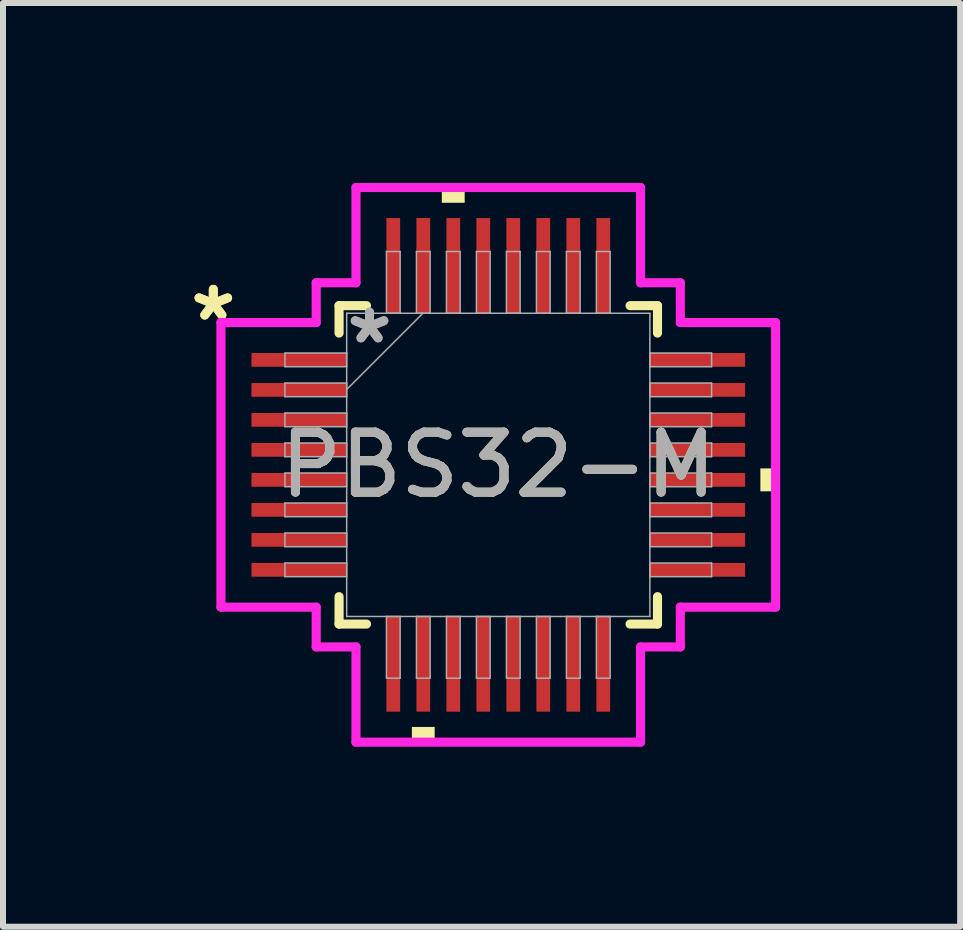
<source format=kicad_pcb>
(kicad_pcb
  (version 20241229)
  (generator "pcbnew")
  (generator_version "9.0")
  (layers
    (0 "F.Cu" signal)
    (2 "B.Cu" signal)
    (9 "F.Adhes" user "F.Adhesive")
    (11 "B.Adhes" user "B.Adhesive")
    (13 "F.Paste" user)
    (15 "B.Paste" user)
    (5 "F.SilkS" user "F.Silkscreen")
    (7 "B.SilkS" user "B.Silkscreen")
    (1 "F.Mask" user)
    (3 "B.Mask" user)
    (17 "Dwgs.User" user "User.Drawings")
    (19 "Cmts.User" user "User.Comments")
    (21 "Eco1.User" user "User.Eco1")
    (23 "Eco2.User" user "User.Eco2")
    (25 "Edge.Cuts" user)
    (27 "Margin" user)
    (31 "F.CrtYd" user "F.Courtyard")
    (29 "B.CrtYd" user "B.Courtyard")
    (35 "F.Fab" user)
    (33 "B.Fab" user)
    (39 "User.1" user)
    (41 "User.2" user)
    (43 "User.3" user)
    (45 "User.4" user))
  (footprint "PBS32-M"
    (layer "F.Cu")
    (at 5.256 4.699)
    (property "Reference" "PBS32-M" (at 0 0 0) (unlocked yes) (layer "F.SilkS") (effects (font (size 1 1) (thickness 0.15))))
    (attr smd)
    (fp_line (start -2.654 -2.654) (end -2.654 -2.197) (stroke (width 0.152) (type solid)) (layer "F.SilkS"))
    (fp_line (start -2.654 2.197) (end -2.654 2.654) (stroke (width 0.152) (type solid)) (layer "F.SilkS"))
    (fp_line (start -2.654 2.654) (end -2.197 2.654) (stroke (width 0.152) (type solid)) (layer "F.SilkS"))
    (fp_line (start -2.197 -2.654) (end -2.654 -2.654) (stroke (width 0.152) (type solid)) (layer "F.SilkS"))
    (fp_line (start 2.197 2.654) (end 2.654 2.654) (stroke (width 0.152) (type solid)) (layer "F.SilkS"))
    (fp_line (start 2.654 -2.654) (end 2.197 -2.654) (stroke (width 0.152) (type solid)) (layer "F.SilkS"))
    (fp_line (start 2.654 -2.197) (end 2.654 -2.654) (stroke (width 0.152) (type solid)) (layer "F.SilkS"))
    (fp_line (start 2.654 2.654) (end 2.654 2.197) (stroke (width 0.152) (type solid)) (layer "F.SilkS"))
    (fp_poly (pts (xy -1.44 4.369) (xy -1.44 4.623) (xy -1.06 4.623) (xy -1.06 4.369)) (stroke (width 0) (type solid)) (fill yes) (layer "F.SilkS"))
    (fp_poly (pts (xy -0.941 -4.369) (xy -0.941 -4.623) (xy -0.56 -4.623) (xy -0.56 -4.369)) (stroke (width 0) (type solid)) (fill yes) (layer "F.SilkS"))
    (fp_poly (pts (xy 4.623 0.059) (xy 4.623 0.441) (xy 4.369 0.441) (xy 4.369 0.059)) (stroke (width 0) (type solid)) (fill yes) (layer "F.SilkS"))
    (fp_line (start -4.623 -2.372) (end -3.035 -2.372) (stroke (width 0.152) (type solid)) (layer "F.CrtYd"))
    (fp_line (start -4.623 2.372) (end -4.623 -2.372) (stroke (width 0.152) (type solid)) (layer "F.CrtYd"))
    (fp_line (start -3.035 -3.035) (end -2.372 -3.035) (stroke (width 0.152) (type solid)) (layer "F.CrtYd"))
    (fp_line (start -3.035 -2.372) (end -3.035 -3.035) (stroke (width 0.152) (type solid)) (layer "F.CrtYd"))
    (fp_line (start -3.035 2.372) (end -4.623 2.372) (stroke (width 0.152) (type solid)) (layer "F.CrtYd"))
    (fp_line (start -3.035 3.035) (end -3.035 2.372) (stroke (width 0.152) (type solid)) (layer "F.CrtYd"))
    (fp_line (start -3.035 3.035) (end -2.372 3.035) (stroke (width 0.152) (type solid)) (layer "F.CrtYd"))
    (fp_line (start -2.372 -4.623) (end 2.372 -4.623) (stroke (width 0.152) (type solid)) (layer "F.CrtYd"))
    (fp_line (start -2.372 -3.035) (end -2.372 -4.623) (stroke (width 0.152) (type solid)) (layer "F.CrtYd"))
    (fp_line (start -2.372 3.035) (end -2.372 4.623) (stroke (width 0.152) (type solid)) (layer "F.CrtYd"))
    (fp_line (start -2.372 4.623) (end 2.372 4.623) (stroke (width 0.152) (type solid)) (layer "F.CrtYd"))
    (fp_line (start 2.372 -4.623) (end 2.372 -3.035) (stroke (width 0.152) (type solid)) (layer "F.CrtYd"))
    (fp_line (start 2.372 -3.035) (end 3.035 -3.035) (stroke (width 0.152) (type solid)) (layer "F.CrtYd"))
    (fp_line (start 2.372 3.035) (end 3.035 3.035) (stroke (width 0.152) (type solid)) (layer "F.CrtYd"))
    (fp_line (start 2.372 4.623) (end 2.372 3.035) (stroke (width 0.152) (type solid)) (layer "F.CrtYd"))
    (fp_line (start 3.035 -2.372) (end 3.035 -3.035) (stroke (width 0.152) (type solid)) (layer "F.CrtYd"))
    (fp_line (start 3.035 2.372) (end 4.623 2.372) (stroke (width 0.152) (type solid)) (layer "F.CrtYd"))
    (fp_line (start 3.035 3.035) (end 3.035 2.372) (stroke (width 0.152) (type solid)) (layer "F.CrtYd"))
    (fp_line (start 4.623 -2.372) (end 3.035 -2.372) (stroke (width 0.152) (type solid)) (layer "F.CrtYd"))
    (fp_line (start 4.623 2.372) (end 4.623 -2.372) (stroke (width 0.152) (type solid)) (layer "F.CrtYd"))
    (fp_line (start -3.556 -1.864) (end -3.556 -1.636) (stroke (width 0.025) (type solid)) (layer "F.Fab"))
    (fp_line (start -3.556 -1.636) (end -2.527 -1.636) (stroke (width 0.025) (type solid)) (layer "F.Fab"))
    (fp_line (start -3.556 -1.364) (end -3.556 -1.136) (stroke (width 0.025) (type solid)) (layer "F.Fab"))
    (fp_line (start -3.556 -1.136) (end -2.527 -1.136) (stroke (width 0.025) (type solid)) (layer "F.Fab"))
    (fp_line (start -3.556 -0.864) (end -3.556 -0.636) (stroke (width 0.025) (type solid)) (layer "F.Fab"))
    (fp_line (start -3.556 -0.636) (end -2.527 -0.636) (stroke (width 0.025) (type solid)) (layer "F.Fab"))
    (fp_line (start -3.556 -0.364) (end -3.556 -0.136) (stroke (width 0.025) (type solid)) (layer "F.Fab"))
    (fp_line (start -3.556 -0.136) (end -2.527 -0.136) (stroke (width 0.025) (type solid)) (layer "F.Fab"))
    (fp_line (start -3.556 0.136) (end -3.556 0.364) (stroke (width 0.025) (type solid)) (layer "F.Fab"))
    (fp_line (start -3.556 0.364) (end -2.527 0.364) (stroke (width 0.025) (type solid)) (layer "F.Fab"))
    (fp_line (start -3.556 0.636) (end -3.556 0.864) (stroke (width 0.025) (type solid)) (layer "F.Fab"))
    (fp_line (start -3.556 0.864) (end -2.527 0.864) (stroke (width 0.025) (type solid)) (layer "F.Fab"))
    (fp_line (start -3.556 1.136) (end -3.556 1.364) (stroke (width 0.025) (type solid)) (layer "F.Fab"))
    (fp_line (start -3.556 1.364) (end -2.527 1.364) (stroke (width 0.025) (type solid)) (layer "F.Fab"))
    (fp_line (start -3.556 1.636) (end -3.556 1.864) (stroke (width 0.025) (type solid)) (layer "F.Fab"))
    (fp_line (start -3.556 1.864) (end -2.527 1.864) (stroke (width 0.025) (type solid)) (layer "F.Fab"))
    (fp_line (start -2.527 -2.527) (end -2.527 2.527) (stroke (width 0.025) (type solid)) (layer "F.Fab"))
    (fp_line (start -2.527 -1.864) (end -3.556 -1.864) (stroke (width 0.025) (type solid)) (layer "F.Fab"))
    (fp_line (start -2.527 -1.636) (end -2.527 -1.864) (stroke (width 0.025) (type solid)) (layer "F.Fab"))
    (fp_line (start -2.527 -1.364) (end -3.556 -1.364) (stroke (width 0.025) (type solid)) (layer "F.Fab"))
    (fp_line (start -2.527 -1.257) (end -1.257 -2.527) (stroke (width 0.025) (type solid)) (layer "F.Fab"))
    (fp_line (start -2.527 -1.136) (end -2.527 -1.364) (stroke (width 0.025) (type solid)) (layer "F.Fab"))
    (fp_line (start -2.527 -0.864) (end -3.556 -0.864) (stroke (width 0.025) (type solid)) (layer "F.Fab"))
    (fp_line (start -2.527 -0.636) (end -2.527 -0.864) (stroke (width 0.025) (type solid)) (layer "F.Fab"))
    (fp_line (start -2.527 -0.364) (end -3.556 -0.364) (stroke (width 0.025) (type solid)) (layer "F.Fab"))
    (fp_line (start -2.527 -0.136) (end -2.527 -0.364) (stroke (width 0.025) (type solid)) (layer "F.Fab"))
    (fp_line (start -2.527 0.136) (end -3.556 0.136) (stroke (width 0.025) (type solid)) (layer "F.Fab"))
    (fp_line (start -2.527 0.364) (end -2.527 0.136) (stroke (width 0.025) (type solid)) (layer "F.Fab"))
    (fp_line (start -2.527 0.636) (end -3.556 0.636) (stroke (width 0.025) (type solid)) (layer "F.Fab"))
    (fp_line (start -2.527 0.864) (end -2.527 0.636) (stroke (width 0.025) (type solid)) (layer "F.Fab"))
    (fp_line (start -2.527 1.136) (end -3.556 1.136) (stroke (width 0.025) (type solid)) (layer "F.Fab"))
    (fp_line (start -2.527 1.364) (end -2.527 1.136) (stroke (width 0.025) (type solid)) (layer "F.Fab"))
    (fp_line (start -2.527 1.636) (end -3.556 1.636) (stroke (width 0.025) (type solid)) (layer "F.Fab"))
    (fp_line (start -2.527 1.864) (end -2.527 1.636) (stroke (width 0.025) (type solid)) (layer "F.Fab"))
    (fp_line (start -2.527 2.527) (end 2.527 2.527) (stroke (width 0.025) (type solid)) (layer "F.Fab"))
    (fp_line (start -1.864 -3.556) (end -1.864 -2.527) (stroke (width 0.025) (type solid)) (layer "F.Fab"))
    (fp_line (start -1.864 -2.527) (end -1.636 -2.527) (stroke (width 0.025) (type solid)) (layer "F.Fab"))
    (fp_line (start -1.864 2.527) (end -1.864 3.556) (stroke (width 0.025) (type solid)) (layer "F.Fab"))
    (fp_line (start -1.864 3.556) (end -1.636 3.556) (stroke (width 0.025) (type solid)) (layer "F.Fab"))
    (fp_line (start -1.636 -3.556) (end -1.864 -3.556) (stroke (width 0.025) (type solid)) (layer "F.Fab"))
    (fp_line (start -1.636 -2.527) (end -1.636 -3.556) (stroke (width 0.025) (type solid)) (layer "F.Fab"))
    (fp_line (start -1.636 2.527) (end -1.864 2.527) (stroke (width 0.025) (type solid)) (layer "F.Fab"))
    (fp_line (start -1.636 3.556) (end -1.636 2.527) (stroke (width 0.025) (type solid)) (layer "F.Fab"))
    (fp_line (start -1.364 -3.556) (end -1.364 -2.527) (stroke (width 0.025) (type solid)) (layer "F.Fab"))
    (fp_line (start -1.364 -2.527) (end -1.136 -2.527) (stroke (width 0.025) (type solid)) (layer "F.Fab"))
    (fp_line (start -1.364 2.527) (end -1.364 3.556) (stroke (width 0.025) (type solid)) (layer "F.Fab"))
    (fp_line (start -1.364 3.556) (end -1.136 3.556) (stroke (width 0.025) (type solid)) (layer "F.Fab"))
    (fp_line (start -1.136 -3.556) (end -1.364 -3.556) (stroke (width 0.025) (type solid)) (layer "F.Fab"))
    (fp_line (start -1.136 -2.527) (end -1.136 -3.556) (stroke (width 0.025) (type solid)) (layer "F.Fab"))
    (fp_line (start -1.136 2.527) (end -1.364 2.527) (stroke (width 0.025) (type solid)) (layer "F.Fab"))
    (fp_line (start -1.136 3.556) (end -1.136 2.527) (stroke (width 0.025) (type solid)) (layer "F.Fab"))
    (fp_line (start -0.864 -3.556) (end -0.864 -2.527) (stroke (width 0.025) (type solid)) (layer "F.Fab"))
    (fp_line (start -0.864 -2.527) (end -0.636 -2.527) (stroke (width 0.025) (type solid)) (layer "F.Fab"))
    (fp_line (start -0.864 2.527) (end -0.864 3.556) (stroke (width 0.025) (type solid)) (layer "F.Fab"))
    (fp_line (start -0.864 3.556) (end -0.636 3.556) (stroke (width 0.025) (type solid)) (layer "F.Fab"))
    (fp_line (start -0.636 -3.556) (end -0.864 -3.556) (stroke (width 0.025) (type solid)) (layer "F.Fab"))
    (fp_line (start -0.636 -2.527) (end -0.636 -3.556) (stroke (width 0.025) (type solid)) (layer "F.Fab"))
    (fp_line (start -0.636 2.527) (end -0.864 2.527) (stroke (width 0.025) (type solid)) (layer "F.Fab"))
    (fp_line (start -0.636 3.556) (end -0.636 2.527) (stroke (width 0.025) (type solid)) (layer "F.Fab"))
    (fp_line (start -0.364 -3.556) (end -0.364 -2.527) (stroke (width 0.025) (type solid)) (layer "F.Fab"))
    (fp_line (start -0.364 -2.527) (end -0.136 -2.527) (stroke (width 0.025) (type solid)) (layer "F.Fab"))
    (fp_line (start -0.364 2.527) (end -0.364 3.556) (stroke (width 0.025) (type solid)) (layer "F.Fab"))
    (fp_line (start -0.364 3.556) (end -0.136 3.556) (stroke (width 0.025) (type solid)) (layer "F.Fab"))
    (fp_line (start -0.136 -3.556) (end -0.364 -3.556) (stroke (width 0.025) (type solid)) (layer "F.Fab"))
    (fp_line (start -0.136 -2.527) (end -0.136 -3.556) (stroke (width 0.025) (type solid)) (layer "F.Fab"))
    (fp_line (start -0.136 2.527) (end -0.364 2.527) (stroke (width 0.025) (type solid)) (layer "F.Fab"))
    (fp_line (start -0.136 3.556) (end -0.136 2.527) (stroke (width 0.025) (type solid)) (layer "F.Fab"))
    (fp_line (start 0.136 -3.556) (end 0.136 -2.527) (stroke (width 0.025) (type solid)) (layer "F.Fab"))
    (fp_line (start 0.136 -2.527) (end 0.364 -2.527) (stroke (width 0.025) (type solid)) (layer "F.Fab"))
    (fp_line (start 0.136 2.527) (end 0.136 3.556) (stroke (width 0.025) (type solid)) (layer "F.Fab"))
    (fp_line (start 0.136 3.556) (end 0.364 3.556) (stroke (width 0.025) (type solid)) (layer "F.Fab"))
    (fp_line (start 0.364 -3.556) (end 0.136 -3.556) (stroke (width 0.025) (type solid)) (layer "F.Fab"))
    (fp_line (start 0.364 -2.527) (end 0.364 -3.556) (stroke (width 0.025) (type solid)) (layer "F.Fab"))
    (fp_line (start 0.364 2.527) (end 0.136 2.527) (stroke (width 0.025) (type solid)) (layer "F.Fab"))
    (fp_line (start 0.364 3.556) (end 0.364 2.527) (stroke (width 0.025) (type solid)) (layer "F.Fab"))
    (fp_line (start 0.636 -3.556) (end 0.636 -2.527) (stroke (width 0.025) (type solid)) (layer "F.Fab"))
    (fp_line (start 0.636 -2.527) (end 0.864 -2.527) (stroke (width 0.025) (type solid)) (layer "F.Fab"))
    (fp_line (start 0.636 2.527) (end 0.636 3.556) (stroke (width 0.025) (type solid)) (layer "F.Fab"))
    (fp_line (start 0.636 3.556) (end 0.864 3.556) (stroke (width 0.025) (type solid)) (layer "F.Fab"))
    (fp_line (start 0.864 -3.556) (end 0.636 -3.556) (stroke (width 0.025) (type solid)) (layer "F.Fab"))
    (fp_line (start 0.864 -2.527) (end 0.864 -3.556) (stroke (width 0.025) (type solid)) (layer "F.Fab"))
    (fp_line (start 0.864 2.527) (end 0.636 2.527) (stroke (width 0.025) (type solid)) (layer "F.Fab"))
    (fp_line (start 0.864 3.556) (end 0.864 2.527) (stroke (width 0.025) (type solid)) (layer "F.Fab"))
    (fp_line (start 1.136 -3.556) (end 1.136 -2.527) (stroke (width 0.025) (type solid)) (layer "F.Fab"))
    (fp_line (start 1.136 -2.527) (end 1.364 -2.527) (stroke (width 0.025) (type solid)) (layer "F.Fab"))
    (fp_line (start 1.136 2.527) (end 1.136 3.556) (stroke (width 0.025) (type solid)) (layer "F.Fab"))
    (fp_line (start 1.136 3.556) (end 1.364 3.556) (stroke (width 0.025) (type solid)) (layer "F.Fab"))
    (fp_line (start 1.364 -3.556) (end 1.136 -3.556) (stroke (width 0.025) (type solid)) (layer "F.Fab"))
    (fp_line (start 1.364 -2.527) (end 1.364 -3.556) (stroke (width 0.025) (type solid)) (layer "F.Fab"))
    (fp_line (start 1.364 2.527) (end 1.136 2.527) (stroke (width 0.025) (type solid)) (layer "F.Fab"))
    (fp_line (start 1.364 3.556) (end 1.364 2.527) (stroke (width 0.025) (type solid)) (layer "F.Fab"))
    (fp_line (start 1.636 -3.556) (end 1.636 -2.527) (stroke (width 0.025) (type solid)) (layer "F.Fab"))
    (fp_line (start 1.636 -2.527) (end 1.864 -2.527) (stroke (width 0.025) (type solid)) (layer "F.Fab"))
    (fp_line (start 1.636 2.527) (end 1.636 3.556) (stroke (width 0.025) (type solid)) (layer "F.Fab"))
    (fp_line (start 1.636 3.556) (end 1.864 3.556) (stroke (width 0.025) (type solid)) (layer "F.Fab"))
    (fp_line (start 1.864 -3.556) (end 1.636 -3.556) (stroke (width 0.025) (type solid)) (layer "F.Fab"))
    (fp_line (start 1.864 -2.527) (end 1.864 -3.556) (stroke (width 0.025) (type solid)) (layer "F.Fab"))
    (fp_line (start 1.864 2.527) (end 1.636 2.527) (stroke (width 0.025) (type solid)) (layer "F.Fab"))
    (fp_line (start 1.864 3.556) (end 1.864 2.527) (stroke (width 0.025) (type solid)) (layer "F.Fab"))
    (fp_line (start 2.527 -2.527) (end -2.527 -2.527) (stroke (width 0.025) (type solid)) (layer "F.Fab"))
    (fp_line (start 2.527 -1.864) (end 2.527 -1.636) (stroke (width 0.025) (type solid)) (layer "F.Fab"))
    (fp_line (start 2.527 -1.636) (end 3.556 -1.636) (stroke (width 0.025) (type solid)) (layer "F.Fab"))
    (fp_line (start 2.527 -1.364) (end 2.527 -1.136) (stroke (width 0.025) (type solid)) (layer "F.Fab"))
    (fp_line (start 2.527 -1.136) (end 3.556 -1.136) (stroke (width 0.025) (type solid)) (layer "F.Fab"))
    (fp_line (start 2.527 -0.864) (end 2.527 -0.636) (stroke (width 0.025) (type solid)) (layer "F.Fab"))
    (fp_line (start 2.527 -0.636) (end 3.556 -0.636) (stroke (width 0.025) (type solid)) (layer "F.Fab"))
    (fp_line (start 2.527 -0.364) (end 2.527 -0.136) (stroke (width 0.025) (type solid)) (layer "F.Fab"))
    (fp_line (start 2.527 -0.136) (end 3.556 -0.136) (stroke (width 0.025) (type solid)) (layer "F.Fab"))
    (fp_line (start 2.527 0.136) (end 2.527 0.364) (stroke (width 0.025) (type solid)) (layer "F.Fab"))
    (fp_line (start 2.527 0.364) (end 3.556 0.364) (stroke (width 0.025) (type solid)) (layer "F.Fab"))
    (fp_line (start 2.527 0.636) (end 2.527 0.864) (stroke (width 0.025) (type solid)) (layer "F.Fab"))
    (fp_line (start 2.527 0.864) (end 3.556 0.864) (stroke (width 0.025) (type solid)) (layer "F.Fab"))
    (fp_line (start 2.527 1.136) (end 2.527 1.364) (stroke (width 0.025) (type solid)) (layer "F.Fab"))
    (fp_line (start 2.527 1.364) (end 3.556 1.364) (stroke (width 0.025) (type solid)) (layer "F.Fab"))
    (fp_line (start 2.527 1.636) (end 2.527 1.864) (stroke (width 0.025) (type solid)) (layer "F.Fab"))
    (fp_line (start 2.527 1.864) (end 3.556 1.864) (stroke (width 0.025) (type solid)) (layer "F.Fab"))
    (fp_line (start 2.527 2.527) (end 2.527 -2.527) (stroke (width 0.025) (type solid)) (layer "F.Fab"))
    (fp_line (start 3.556 -1.864) (end 2.527 -1.864) (stroke (width 0.025) (type solid)) (layer "F.Fab"))
    (fp_line (start 3.556 -1.636) (end 3.556 -1.864) (stroke (width 0.025) (type solid)) (layer "F.Fab"))
    (fp_line (start 3.556 -1.364) (end 2.527 -1.364) (stroke (width 0.025) (type solid)) (layer "F.Fab"))
    (fp_line (start 3.556 -1.136) (end 3.556 -1.364) (stroke (width 0.025) (type solid)) (layer "F.Fab"))
    (fp_line (start 3.556 -0.864) (end 2.527 -0.864) (stroke (width 0.025) (type solid)) (layer "F.Fab"))
    (fp_line (start 3.556 -0.636) (end 3.556 -0.864) (stroke (width 0.025) (type solid)) (layer "F.Fab"))
    (fp_line (start 3.556 -0.364) (end 2.527 -0.364) (stroke (width 0.025) (type solid)) (layer "F.Fab"))
    (fp_line (start 3.556 -0.136) (end 3.556 -0.364) (stroke (width 0.025) (type solid)) (layer "F.Fab"))
    (fp_line (start 3.556 0.136) (end 2.527 0.136) (stroke (width 0.025) (type solid)) (layer "F.Fab"))
    (fp_line (start 3.556 0.364) (end 3.556 0.136) (stroke (width 0.025) (type solid)) (layer "F.Fab"))
    (fp_line (start 3.556 0.636) (end 2.527 0.636) (stroke (width 0.025) (type solid)) (layer "F.Fab"))
    (fp_line (start 3.556 0.864) (end 3.556 0.636) (stroke (width 0.025) (type solid)) (layer "F.Fab"))
    (fp_line (start 3.556 1.136) (end 2.527 1.136) (stroke (width 0.025) (type solid)) (layer "F.Fab"))
    (fp_line (start 3.556 1.364) (end 3.556 1.136) (stroke (width 0.025) (type solid)) (layer "F.Fab"))
    (fp_line (start 3.556 1.636) (end 2.527 1.636) (stroke (width 0.025) (type solid)) (layer "F.Fab"))
    (fp_line (start 3.556 1.864) (end 3.556 1.636) (stroke (width 0.025) (type solid)) (layer "F.Fab"))
    (fp_text user "*" (at -4.75 -2.381 0) (layer "F.SilkS") (effects (font (size 1 1) (thickness 0.15))))
    (fp_text user "*" (at -4.75 -2.381 0) (unlocked yes) (layer "F.SilkS") (effects (font (size 1 1) (thickness 0.15))))
    (fp_text user "${REFERENCE}" (at 0 0 0) (unlocked yes) (layer "F.Fab") (effects (font (size 1 1) (thickness 0.15))))
    (fp_text user "*" (at -2.146 -2 0) (unlocked yes) (layer "F.Fab") (effects (font (size 1 1) (thickness 0.15))))
    (fp_text user "*" (at -2.146 -2 0) (layer "F.Fab") (effects (font (size 1 1) (thickness 0.15))))
    (pad "1" smd rect (at -3.321 -1.75 90) (size 0.229 1.587) (layers "F.Cu" "F.Mask" "F.Paste"))
    (pad "2" smd rect (at -3.321 -1.25 90) (size 0.229 1.587) (layers "F.Cu" "F.Mask" "F.Paste"))
    (pad "3" smd rect (at -3.321 -0.75 90) (size 0.229 1.587) (layers "F.Cu" "F.Mask" "F.Paste"))
    (pad "4" smd rect (at -3.321 -0.25 90) (size 0.229 1.587) (layers "F.Cu" "F.Mask" "F.Paste"))
    (pad "5" smd rect (at -3.321 0.25 90) (size 0.229 1.587) (layers "F.Cu" "F.Mask" "F.Paste"))
    (pad "6" smd rect (at -3.321 0.75 90) (size 0.229 1.587) (layers "F.Cu" "F.Mask" "F.Paste"))
    (pad "7" smd rect (at -3.321 1.25 90) (size 0.229 1.587) (layers "F.Cu" "F.Mask" "F.Paste"))
    (pad "8" smd rect (at -3.321 1.75 90) (size 0.229 1.587) (layers "F.Cu" "F.Mask" "F.Paste"))
    (pad "9" smd rect (at -1.75 3.321) (size 0.229 1.587) (layers "F.Cu" "F.Mask" "F.Paste"))
    (pad "10" smd rect (at -1.25 3.321) (size 0.229 1.587) (layers "F.Cu" "F.Mask" "F.Paste"))
    (pad "11" smd rect (at -0.75 3.321) (size 0.229 1.587) (layers "F.Cu" "F.Mask" "F.Paste"))
    (pad "12" smd rect (at -0.25 3.321) (size 0.229 1.587) (layers "F.Cu" "F.Mask" "F.Paste"))
    (pad "13" smd rect (at 0.25 3.321) (size 0.229 1.587) (layers "F.Cu" "F.Mask" "F.Paste"))
    (pad "14" smd rect (at 0.75 3.321) (size 0.229 1.587) (layers "F.Cu" "F.Mask" "F.Paste"))
    (pad "15" smd rect (at 1.25 3.321) (size 0.229 1.587) (layers "F.Cu" "F.Mask" "F.Paste"))
    (pad "16" smd rect (at 1.75 3.321) (size 0.229 1.587) (layers "F.Cu" "F.Mask" "F.Paste"))
    (pad "17" smd rect (at 3.321 1.75 90) (size 0.229 1.587) (layers "F.Cu" "F.Mask" "F.Paste"))
    (pad "18" smd rect (at 3.321 1.25 90) (size 0.229 1.587) (layers "F.Cu" "F.Mask" "F.Paste"))
    (pad "19" smd rect (at 3.321 0.75 90) (size 0.229 1.587) (layers "F.Cu" "F.Mask" "F.Paste"))
    (pad "20" smd rect (at 3.321 0.25 90) (size 0.229 1.587) (layers "F.Cu" "F.Mask" "F.Paste"))
    (pad "21" smd rect (at 3.321 -0.25 90) (size 0.229 1.587) (layers "F.Cu" "F.Mask" "F.Paste"))
    (pad "22" smd rect (at 3.321 -0.75 90) (size 0.229 1.587) (layers "F.Cu" "F.Mask" "F.Paste"))
    (pad "23" smd rect (at 3.321 -1.25 90) (size 0.229 1.587) (layers "F.Cu" "F.Mask" "F.Paste"))
    (pad "24" smd rect (at 3.321 -1.75 90) (size 0.229 1.587) (layers "F.Cu" "F.Mask" "F.Paste"))
    (pad "25" smd rect (at 1.75 -3.321) (size 0.229 1.587) (layers "F.Cu" "F.Mask" "F.Paste"))
    (pad "26" smd rect (at 1.25 -3.321) (size 0.229 1.587) (layers "F.Cu" "F.Mask" "F.Paste"))
    (pad "27" smd rect (at 0.75 -3.321) (size 0.229 1.587) (layers "F.Cu" "F.Mask" "F.Paste"))
    (pad "28" smd rect (at 0.25 -3.321) (size 0.229 1.587) (layers "F.Cu" "F.Mask" "F.Paste"))
    (pad "29" smd rect (at -0.25 -3.321) (size 0.229 1.587) (layers "F.Cu" "F.Mask" "F.Paste"))
    (pad "30" smd rect (at -0.75 -3.321) (size 0.229 1.587) (layers "F.Cu" "F.Mask" "F.Paste"))
    (pad "31" smd rect (at -1.25 -3.321) (size 0.229 1.587) (layers "F.Cu" "F.Mask" "F.Paste"))
    (pad "32" smd rect (at -1.75 -3.321) (size 0.229 1.587) (layers "F.Cu" "F.Mask" "F.Paste")))
  (gr_rect
    (start -3 -3)
    (end 12.955 12.398)
    (stroke (width 0.1) (type default))
    (fill no)
    (layer "Edge.Cuts")))
</source>
